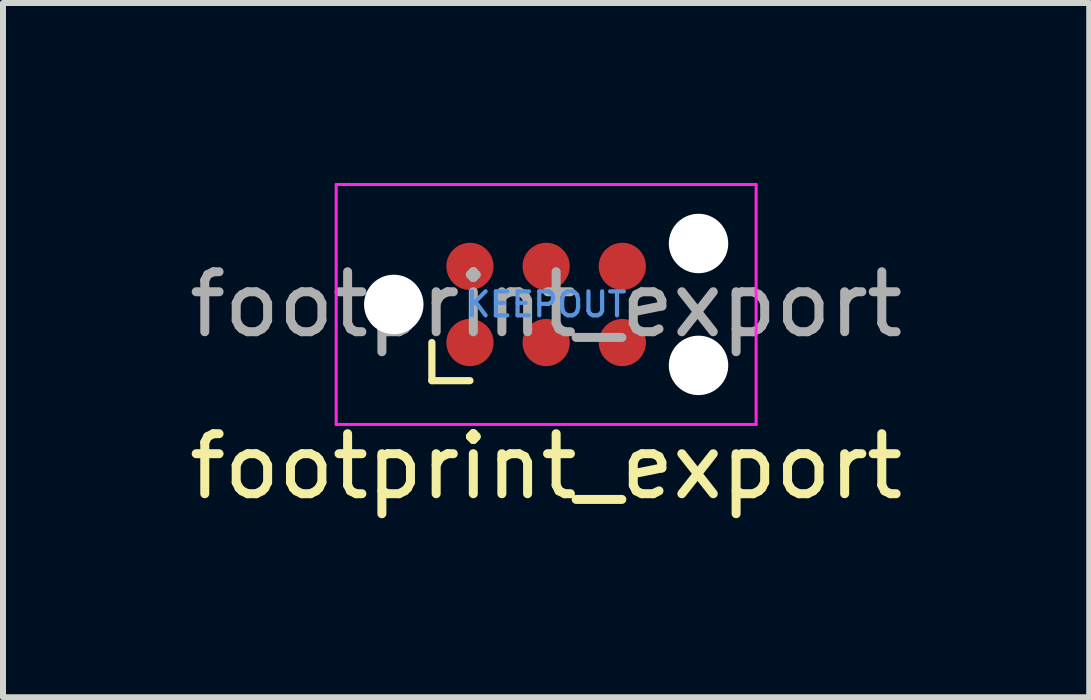
<source format=kicad_pcb>
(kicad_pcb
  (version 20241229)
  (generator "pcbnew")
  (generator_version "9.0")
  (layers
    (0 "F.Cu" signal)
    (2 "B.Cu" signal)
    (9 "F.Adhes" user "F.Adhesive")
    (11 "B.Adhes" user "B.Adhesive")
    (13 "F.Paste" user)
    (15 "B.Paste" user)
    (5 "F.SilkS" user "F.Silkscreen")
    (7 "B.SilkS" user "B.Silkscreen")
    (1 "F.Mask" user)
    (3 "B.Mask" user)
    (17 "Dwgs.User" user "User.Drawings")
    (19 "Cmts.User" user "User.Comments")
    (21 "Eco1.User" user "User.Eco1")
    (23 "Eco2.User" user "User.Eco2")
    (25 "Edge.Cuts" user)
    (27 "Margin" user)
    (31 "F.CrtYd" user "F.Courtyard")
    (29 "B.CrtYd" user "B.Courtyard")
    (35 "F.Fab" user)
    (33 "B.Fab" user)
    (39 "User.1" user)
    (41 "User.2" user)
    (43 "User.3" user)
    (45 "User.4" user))
  (footprint "footprint_export"
    (layer "F.Cu")
    (at 6.054 2.025)
    (property "Reference" "footprint_export" (at 0 2.7 0) (layer "F.SilkS") (effects (font (size 1 1) (thickness 0.15))))
    (attr exclude_from_pos_files exclude_from_bom)
    (fp_line (start -1.905 1.27) (end -1.905 0.635) (stroke (width 0.12) (type solid)) (layer "F.SilkS"))
    (fp_line (start -1.27 1.27) (end -1.905 1.27) (stroke (width 0.12) (type solid)) (layer "F.SilkS"))
    (fp_line (start -3.5 -2) (end 3.5 -2) (stroke (width 0.05) (type solid)) (layer "F.CrtYd"))
    (fp_line (start -3.5 2) (end -3.5 -2) (stroke (width 0.05) (type solid)) (layer "F.CrtYd"))
    (fp_line (start 3.5 -2) (end 3.5 2) (stroke (width 0.05) (type solid)) (layer "F.CrtYd"))
    (fp_line (start 3.5 2) (end -3.5 2) (stroke (width 0.05) (type solid)) (layer "F.CrtYd"))
    (fp_text user "KEEPOUT" (at 0 0 0) (layer "Cmts.User") (effects (font (size 0.4 0.4) (thickness 0.07))))
    (fp_text user "${REFERENCE}" (at 0 0 0) (layer "F.Fab") (effects (font (size 1 1) (thickness 0.15))))
    (pad "" np_thru_hole circle (at -2.54 0) (size 0.991 0.991) (drill 0.991) (layers "*.Cu" "*.Mask"))
    (pad "" np_thru_hole circle (at 2.54 -1.016) (size 0.991 0.991) (drill 0.991) (layers "*.Cu" "*.Mask"))
    (pad "" np_thru_hole circle (at 2.54 1.016) (size 0.991 0.991) (drill 0.991) (layers "*.Cu" "*.Mask"))
    (pad "1" connect circle (at -1.27 0.635) (size 0.787 0.787) (layers "F.Cu" "F.Mask"))
    (pad "2" connect circle (at -1.27 -0.635) (size 0.787 0.787) (layers "F.Cu" "F.Mask"))
    (pad "3" connect circle (at 0 0.635) (size 0.787 0.787) (layers "F.Cu" "F.Mask"))
    (pad "4" connect circle (at 0 -0.635) (size 0.787 0.787) (layers "F.Cu" "F.Mask"))
    (pad "5" connect circle (at 1.27 0.635) (size 0.787 0.787) (layers "F.Cu" "F.Mask"))
    (pad "6" connect circle (at 1.27 -0.635) (size 0.787 0.787) (layers "F.Cu" "F.Mask"))
    (zone (net_name "") (layer "F.Cu") (hatch full 0.508) (connect_pads) (min_thickness 0.254) (filled_areas_thickness no) (keepout (tracks allowed) (vias not_allowed) (pads allowed) (copperpour not_allowed) (footprints not_allowed)) (placement (enabled no)) (fill) (polygon (pts (xy 7.324 1.39) (xy 4.784 1.39) (xy 4.784 2.66) (xy 7.324 2.66)))))
  (gr_rect
    (start -3 -3)
    (end 15.107 8.573)
    (stroke (width 0.1) (type default))
    (fill no)
    (layer "Edge.Cuts")))
</source>
